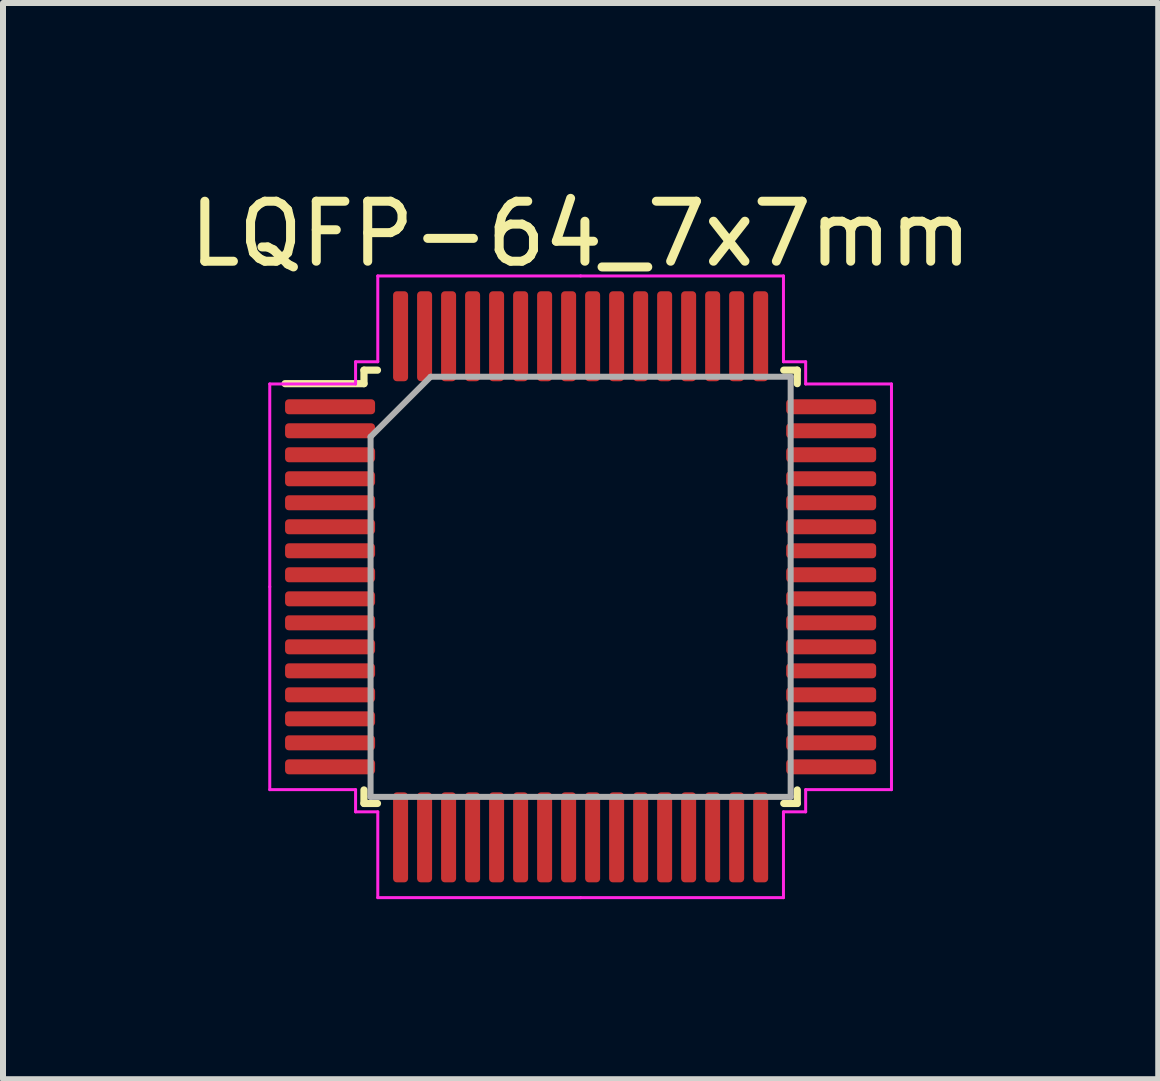
<source format=kicad_pcb>
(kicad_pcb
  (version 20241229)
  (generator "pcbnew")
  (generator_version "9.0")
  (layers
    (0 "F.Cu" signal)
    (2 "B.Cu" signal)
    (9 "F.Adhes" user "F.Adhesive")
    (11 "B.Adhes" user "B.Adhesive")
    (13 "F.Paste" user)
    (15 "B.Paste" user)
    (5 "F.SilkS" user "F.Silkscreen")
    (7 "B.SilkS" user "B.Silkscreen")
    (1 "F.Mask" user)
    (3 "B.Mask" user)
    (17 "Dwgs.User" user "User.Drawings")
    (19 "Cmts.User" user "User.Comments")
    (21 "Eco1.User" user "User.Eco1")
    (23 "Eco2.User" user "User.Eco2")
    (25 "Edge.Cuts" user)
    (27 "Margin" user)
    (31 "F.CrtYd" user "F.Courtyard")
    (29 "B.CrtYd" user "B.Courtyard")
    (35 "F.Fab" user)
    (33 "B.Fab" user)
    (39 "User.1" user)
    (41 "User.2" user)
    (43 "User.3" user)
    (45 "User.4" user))
  (footprint "LQFP-64_7x7mm"
    (layer "F.Cu")
    (at 6.625 6.728)
    (property "Reference" "LQFP-64_7x7mm" (at 0 -5.88 0) (layer "F.SilkS") (effects (font (size 1 1) (thickness 0.15))))
    (attr smd)
    (fp_line (start -3.61 -3.61) (end -3.61 -3.385) (stroke (width 0.12) (type solid)) (layer "F.SilkS"))
    (fp_line (start -3.61 -3.385) (end -4.925 -3.385) (stroke (width 0.12) (type solid)) (layer "F.SilkS"))
    (fp_line (start -3.61 3.61) (end -3.61 3.385) (stroke (width 0.12) (type solid)) (layer "F.SilkS"))
    (fp_line (start -3.385 -3.61) (end -3.61 -3.61) (stroke (width 0.12) (type solid)) (layer "F.SilkS"))
    (fp_line (start -3.385 3.61) (end -3.61 3.61) (stroke (width 0.12) (type solid)) (layer "F.SilkS"))
    (fp_line (start 3.385 -3.61) (end 3.61 -3.61) (stroke (width 0.12) (type solid)) (layer "F.SilkS"))
    (fp_line (start 3.385 3.61) (end 3.61 3.61) (stroke (width 0.12) (type solid)) (layer "F.SilkS"))
    (fp_line (start 3.61 -3.61) (end 3.61 -3.385) (stroke (width 0.12) (type solid)) (layer "F.SilkS"))
    (fp_line (start 3.61 3.61) (end 3.61 3.385) (stroke (width 0.12) (type solid)) (layer "F.SilkS"))
    (fp_line (start -5.18 -3.38) (end -5.18 0) (stroke (width 0.05) (type solid)) (layer "F.CrtYd"))
    (fp_line (start -5.18 3.38) (end -5.18 0) (stroke (width 0.05) (type solid)) (layer "F.CrtYd"))
    (fp_line (start -3.75 -3.75) (end -3.75 -3.38) (stroke (width 0.05) (type solid)) (layer "F.CrtYd"))
    (fp_line (start -3.75 -3.38) (end -5.18 -3.38) (stroke (width 0.05) (type solid)) (layer "F.CrtYd"))
    (fp_line (start -3.75 3.38) (end -5.18 3.38) (stroke (width 0.05) (type solid)) (layer "F.CrtYd"))
    (fp_line (start -3.75 3.75) (end -3.75 3.38) (stroke (width 0.05) (type solid)) (layer "F.CrtYd"))
    (fp_line (start -3.38 -5.18) (end -3.38 -3.75) (stroke (width 0.05) (type solid)) (layer "F.CrtYd"))
    (fp_line (start -3.38 -3.75) (end -3.75 -3.75) (stroke (width 0.05) (type solid)) (layer "F.CrtYd"))
    (fp_line (start -3.38 3.75) (end -3.75 3.75) (stroke (width 0.05) (type solid)) (layer "F.CrtYd"))
    (fp_line (start -3.38 5.18) (end -3.38 3.75) (stroke (width 0.05) (type solid)) (layer "F.CrtYd"))
    (fp_line (start 0 -5.18) (end -3.38 -5.18) (stroke (width 0.05) (type solid)) (layer "F.CrtYd"))
    (fp_line (start 0 -5.18) (end 3.38 -5.18) (stroke (width 0.05) (type solid)) (layer "F.CrtYd"))
    (fp_line (start 0 5.18) (end -3.38 5.18) (stroke (width 0.05) (type solid)) (layer "F.CrtYd"))
    (fp_line (start 0 5.18) (end 3.38 5.18) (stroke (width 0.05) (type solid)) (layer "F.CrtYd"))
    (fp_line (start 3.38 -5.18) (end 3.38 -3.75) (stroke (width 0.05) (type solid)) (layer "F.CrtYd"))
    (fp_line (start 3.38 -3.75) (end 3.75 -3.75) (stroke (width 0.05) (type solid)) (layer "F.CrtYd"))
    (fp_line (start 3.38 3.75) (end 3.75 3.75) (stroke (width 0.05) (type solid)) (layer "F.CrtYd"))
    (fp_line (start 3.38 5.18) (end 3.38 3.75) (stroke (width 0.05) (type solid)) (layer "F.CrtYd"))
    (fp_line (start 3.75 -3.75) (end 3.75 -3.38) (stroke (width 0.05) (type solid)) (layer "F.CrtYd"))
    (fp_line (start 3.75 -3.38) (end 5.18 -3.38) (stroke (width 0.05) (type solid)) (layer "F.CrtYd"))
    (fp_line (start 3.75 3.38) (end 5.18 3.38) (stroke (width 0.05) (type solid)) (layer "F.CrtYd"))
    (fp_line (start 3.75 3.75) (end 3.75 3.38) (stroke (width 0.05) (type solid)) (layer "F.CrtYd"))
    (fp_line (start 5.18 -3.38) (end 5.18 0) (stroke (width 0.05) (type solid)) (layer "F.CrtYd"))
    (fp_line (start 5.18 3.38) (end 5.18 0) (stroke (width 0.05) (type solid)) (layer "F.CrtYd"))
    (fp_line (start -3.5 -2.5) (end -2.5 -3.5) (stroke (width 0.1) (type solid)) (layer "F.Fab"))
    (fp_line (start -3.5 3.5) (end -3.5 -2.5) (stroke (width 0.1) (type solid)) (layer "F.Fab"))
    (fp_line (start -2.5 -3.5) (end 3.5 -3.5) (stroke (width 0.1) (type solid)) (layer "F.Fab"))
    (fp_line (start 3.5 -3.5) (end 3.5 3.5) (stroke (width 0.1) (type solid)) (layer "F.Fab"))
    (fp_line (start 3.5 3.5) (end -3.5 3.5) (stroke (width 0.1) (type solid)) (layer "F.Fab"))
    (pad "1" smd roundrect (at -4.175 -3) (size 1.5 0.25) (layers "F.Cu" "F.Mask" "F.Paste") (roundrect_rratio 0.25))
    (pad "2" smd roundrect (at -4.175 -2.6) (size 1.5 0.25) (layers "F.Cu" "F.Mask" "F.Paste") (roundrect_rratio 0.25))
    (pad "3" smd roundrect (at -4.175 -2.2) (size 1.5 0.25) (layers "F.Cu" "F.Mask" "F.Paste") (roundrect_rratio 0.25))
    (pad "4" smd roundrect (at -4.175 -1.8) (size 1.5 0.25) (layers "F.Cu" "F.Mask" "F.Paste") (roundrect_rratio 0.25))
    (pad "5" smd roundrect (at -4.175 -1.4) (size 1.5 0.25) (layers "F.Cu" "F.Mask" "F.Paste") (roundrect_rratio 0.25))
    (pad "6" smd roundrect (at -4.175 -1) (size 1.5 0.25) (layers "F.Cu" "F.Mask" "F.Paste") (roundrect_rratio 0.25))
    (pad "7" smd roundrect (at -4.175 -0.6) (size 1.5 0.25) (layers "F.Cu" "F.Mask" "F.Paste") (roundrect_rratio 0.25))
    (pad "8" smd roundrect (at -4.175 -0.2) (size 1.5 0.25) (layers "F.Cu" "F.Mask" "F.Paste") (roundrect_rratio 0.25))
    (pad "9" smd roundrect (at -4.175 0.2) (size 1.5 0.25) (layers "F.Cu" "F.Mask" "F.Paste") (roundrect_rratio 0.25))
    (pad "10" smd roundrect (at -4.175 0.6) (size 1.5 0.25) (layers "F.Cu" "F.Mask" "F.Paste") (roundrect_rratio 0.25))
    (pad "11" smd roundrect (at -4.175 1) (size 1.5 0.25) (layers "F.Cu" "F.Mask" "F.Paste") (roundrect_rratio 0.25))
    (pad "12" smd roundrect (at -4.175 1.4) (size 1.5 0.25) (layers "F.Cu" "F.Mask" "F.Paste") (roundrect_rratio 0.25))
    (pad "13" smd roundrect (at -4.175 1.8) (size 1.5 0.25) (layers "F.Cu" "F.Mask" "F.Paste") (roundrect_rratio 0.25))
    (pad "14" smd roundrect (at -4.175 2.2) (size 1.5 0.25) (layers "F.Cu" "F.Mask" "F.Paste") (roundrect_rratio 0.25))
    (pad "15" smd roundrect (at -4.175 2.6) (size 1.5 0.25) (layers "F.Cu" "F.Mask" "F.Paste") (roundrect_rratio 0.25))
    (pad "16" smd roundrect (at -4.175 3) (size 1.5 0.25) (layers "F.Cu" "F.Mask" "F.Paste") (roundrect_rratio 0.25))
    (pad "17" smd roundrect (at -3 4.175) (size 0.25 1.5) (layers "F.Cu" "F.Mask" "F.Paste") (roundrect_rratio 0.25))
    (pad "18" smd roundrect (at -2.6 4.175) (size 0.25 1.5) (layers "F.Cu" "F.Mask" "F.Paste") (roundrect_rratio 0.25))
    (pad "19" smd roundrect (at -2.2 4.175) (size 0.25 1.5) (layers "F.Cu" "F.Mask" "F.Paste") (roundrect_rratio 0.25))
    (pad "20" smd roundrect (at -1.8 4.175) (size 0.25 1.5) (layers "F.Cu" "F.Mask" "F.Paste") (roundrect_rratio 0.25))
    (pad "21" smd roundrect (at -1.4 4.175) (size 0.25 1.5) (layers "F.Cu" "F.Mask" "F.Paste") (roundrect_rratio 0.25))
    (pad "22" smd roundrect (at -1 4.175) (size 0.25 1.5) (layers "F.Cu" "F.Mask" "F.Paste") (roundrect_rratio 0.25))
    (pad "23" smd roundrect (at -0.6 4.175) (size 0.25 1.5) (layers "F.Cu" "F.Mask" "F.Paste") (roundrect_rratio 0.25))
    (pad "24" smd roundrect (at -0.2 4.175) (size 0.25 1.5) (layers "F.Cu" "F.Mask" "F.Paste") (roundrect_rratio 0.25))
    (pad "25" smd roundrect (at 0.2 4.175) (size 0.25 1.5) (layers "F.Cu" "F.Mask" "F.Paste") (roundrect_rratio 0.25))
    (pad "26" smd roundrect (at 0.6 4.175) (size 0.25 1.5) (layers "F.Cu" "F.Mask" "F.Paste") (roundrect_rratio 0.25))
    (pad "27" smd roundrect (at 1 4.175) (size 0.25 1.5) (layers "F.Cu" "F.Mask" "F.Paste") (roundrect_rratio 0.25))
    (pad "28" smd roundrect (at 1.4 4.175) (size 0.25 1.5) (layers "F.Cu" "F.Mask" "F.Paste") (roundrect_rratio 0.25))
    (pad "29" smd roundrect (at 1.8 4.175) (size 0.25 1.5) (layers "F.Cu" "F.Mask" "F.Paste") (roundrect_rratio 0.25))
    (pad "30" smd roundrect (at 2.2 4.175) (size 0.25 1.5) (layers "F.Cu" "F.Mask" "F.Paste") (roundrect_rratio 0.25))
    (pad "31" smd roundrect (at 2.6 4.175) (size 0.25 1.5) (layers "F.Cu" "F.Mask" "F.Paste") (roundrect_rratio 0.25))
    (pad "32" smd roundrect (at 3 4.175) (size 0.25 1.5) (layers "F.Cu" "F.Mask" "F.Paste") (roundrect_rratio 0.25))
    (pad "33" smd roundrect (at 4.175 3) (size 1.5 0.25) (layers "F.Cu" "F.Mask" "F.Paste") (roundrect_rratio 0.25))
    (pad "34" smd roundrect (at 4.175 2.6) (size 1.5 0.25) (layers "F.Cu" "F.Mask" "F.Paste") (roundrect_rratio 0.25))
    (pad "35" smd roundrect (at 4.175 2.2) (size 1.5 0.25) (layers "F.Cu" "F.Mask" "F.Paste") (roundrect_rratio 0.25))
    (pad "36" smd roundrect (at 4.175 1.8) (size 1.5 0.25) (layers "F.Cu" "F.Mask" "F.Paste") (roundrect_rratio 0.25))
    (pad "37" smd roundrect (at 4.175 1.4) (size 1.5 0.25) (layers "F.Cu" "F.Mask" "F.Paste") (roundrect_rratio 0.25))
    (pad "38" smd roundrect (at 4.175 1) (size 1.5 0.25) (layers "F.Cu" "F.Mask" "F.Paste") (roundrect_rratio 0.25))
    (pad "39" smd roundrect (at 4.175 0.6) (size 1.5 0.25) (layers "F.Cu" "F.Mask" "F.Paste") (roundrect_rratio 0.25))
    (pad "40" smd roundrect (at 4.175 0.2) (size 1.5 0.25) (layers "F.Cu" "F.Mask" "F.Paste") (roundrect_rratio 0.25))
    (pad "41" smd roundrect (at 4.175 -0.2) (size 1.5 0.25) (layers "F.Cu" "F.Mask" "F.Paste") (roundrect_rratio 0.25))
    (pad "42" smd roundrect (at 4.175 -0.6) (size 1.5 0.25) (layers "F.Cu" "F.Mask" "F.Paste") (roundrect_rratio 0.25))
    (pad "43" smd roundrect (at 4.175 -1) (size 1.5 0.25) (layers "F.Cu" "F.Mask" "F.Paste") (roundrect_rratio 0.25))
    (pad "44" smd roundrect (at 4.175 -1.4) (size 1.5 0.25) (layers "F.Cu" "F.Mask" "F.Paste") (roundrect_rratio 0.25))
    (pad "45" smd roundrect (at 4.175 -1.8) (size 1.5 0.25) (layers "F.Cu" "F.Mask" "F.Paste") (roundrect_rratio 0.25))
    (pad "46" smd roundrect (at 4.175 -2.2) (size 1.5 0.25) (layers "F.Cu" "F.Mask" "F.Paste") (roundrect_rratio 0.25))
    (pad "47" smd roundrect (at 4.175 -2.6) (size 1.5 0.25) (layers "F.Cu" "F.Mask" "F.Paste") (roundrect_rratio 0.25))
    (pad "48" smd roundrect (at 4.175 -3) (size 1.5 0.25) (layers "F.Cu" "F.Mask" "F.Paste") (roundrect_rratio 0.25))
    (pad "49" smd roundrect (at 3 -4.175) (size 0.25 1.5) (layers "F.Cu" "F.Mask" "F.Paste") (roundrect_rratio 0.25))
    (pad "50" smd roundrect (at 2.6 -4.175) (size 0.25 1.5) (layers "F.Cu" "F.Mask" "F.Paste") (roundrect_rratio 0.25))
    (pad "51" smd roundrect (at 2.2 -4.175) (size 0.25 1.5) (layers "F.Cu" "F.Mask" "F.Paste") (roundrect_rratio 0.25))
    (pad "52" smd roundrect (at 1.8 -4.175) (size 0.25 1.5) (layers "F.Cu" "F.Mask" "F.Paste") (roundrect_rratio 0.25))
    (pad "53" smd roundrect (at 1.4 -4.175) (size 0.25 1.5) (layers "F.Cu" "F.Mask" "F.Paste") (roundrect_rratio 0.25))
    (pad "54" smd roundrect (at 1 -4.175) (size 0.25 1.5) (layers "F.Cu" "F.Mask" "F.Paste") (roundrect_rratio 0.25))
    (pad "55" smd roundrect (at 0.6 -4.175) (size 0.25 1.5) (layers "F.Cu" "F.Mask" "F.Paste") (roundrect_rratio 0.25))
    (pad "56" smd roundrect (at 0.2 -4.175) (size 0.25 1.5) (layers "F.Cu" "F.Mask" "F.Paste") (roundrect_rratio 0.25))
    (pad "57" smd roundrect (at -0.2 -4.175) (size 0.25 1.5) (layers "F.Cu" "F.Mask" "F.Paste") (roundrect_rratio 0.25))
    (pad "58" smd roundrect (at -0.6 -4.175) (size 0.25 1.5) (layers "F.Cu" "F.Mask" "F.Paste") (roundrect_rratio 0.25))
    (pad "59" smd roundrect (at -1 -4.175) (size 0.25 1.5) (layers "F.Cu" "F.Mask" "F.Paste") (roundrect_rratio 0.25))
    (pad "60" smd roundrect (at -1.4 -4.175) (size 0.25 1.5) (layers "F.Cu" "F.Mask" "F.Paste") (roundrect_rratio 0.25))
    (pad "61" smd roundrect (at -1.8 -4.175) (size 0.25 1.5) (layers "F.Cu" "F.Mask" "F.Paste") (roundrect_rratio 0.25))
    (pad "62" smd roundrect (at -2.2 -4.175) (size 0.25 1.5) (layers "F.Cu" "F.Mask" "F.Paste") (roundrect_rratio 0.25))
    (pad "63" smd roundrect (at -2.6 -4.175) (size 0.25 1.5) (layers "F.Cu" "F.Mask" "F.Paste") (roundrect_rratio 0.25))
    (pad "64" smd roundrect (at -3 -4.175) (size 0.25 1.5) (layers "F.Cu" "F.Mask" "F.Paste") (roundrect_rratio 0.25)))
  (gr_rect
    (start -3 -3)
    (end 16.25 14.933)
    (stroke (width 0.1) (type default))
    (fill no)
    (layer "Edge.Cuts")))
</source>
